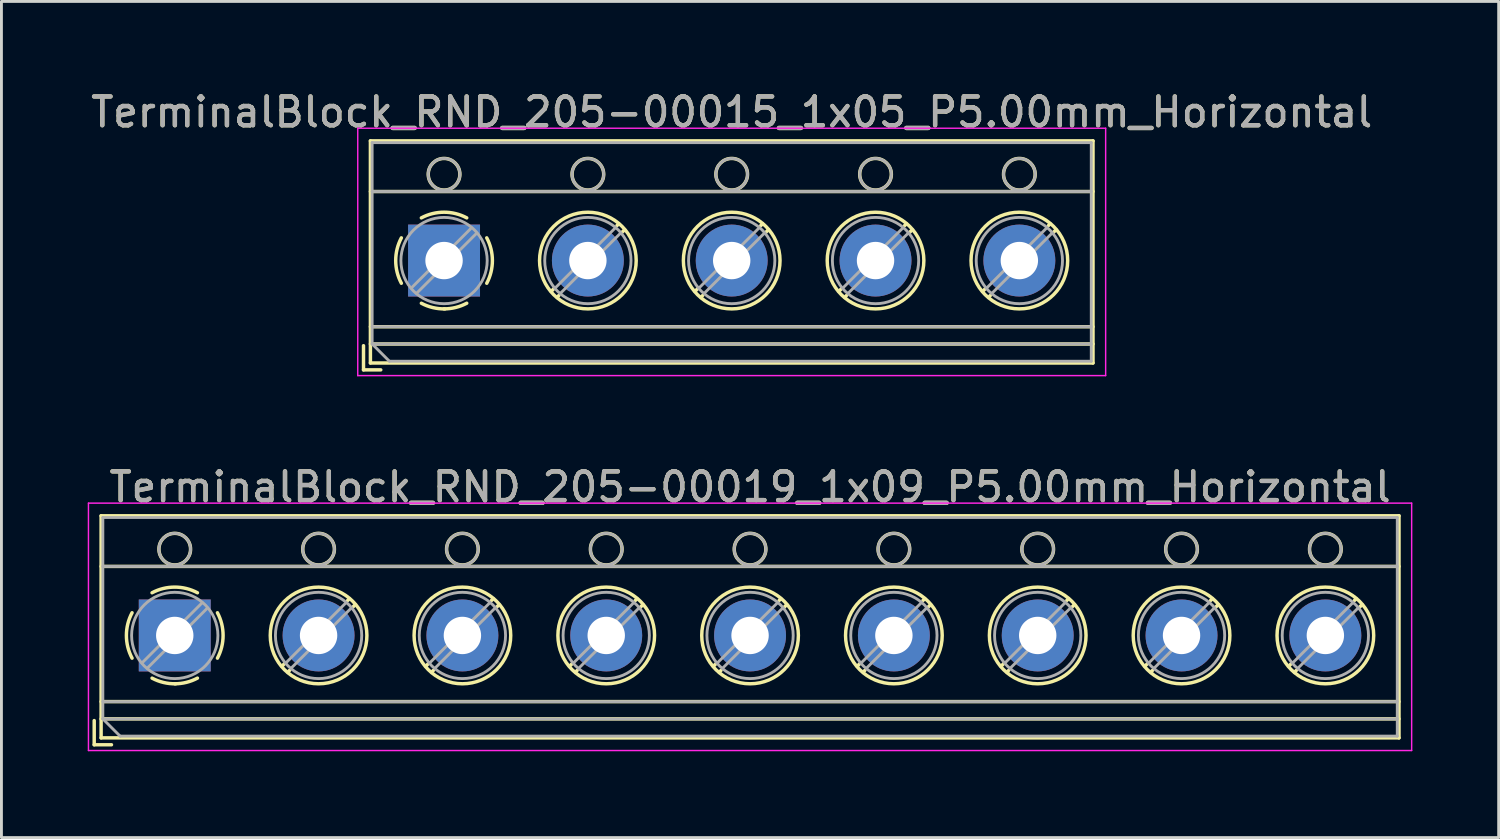
<source format=kicad_pcb>
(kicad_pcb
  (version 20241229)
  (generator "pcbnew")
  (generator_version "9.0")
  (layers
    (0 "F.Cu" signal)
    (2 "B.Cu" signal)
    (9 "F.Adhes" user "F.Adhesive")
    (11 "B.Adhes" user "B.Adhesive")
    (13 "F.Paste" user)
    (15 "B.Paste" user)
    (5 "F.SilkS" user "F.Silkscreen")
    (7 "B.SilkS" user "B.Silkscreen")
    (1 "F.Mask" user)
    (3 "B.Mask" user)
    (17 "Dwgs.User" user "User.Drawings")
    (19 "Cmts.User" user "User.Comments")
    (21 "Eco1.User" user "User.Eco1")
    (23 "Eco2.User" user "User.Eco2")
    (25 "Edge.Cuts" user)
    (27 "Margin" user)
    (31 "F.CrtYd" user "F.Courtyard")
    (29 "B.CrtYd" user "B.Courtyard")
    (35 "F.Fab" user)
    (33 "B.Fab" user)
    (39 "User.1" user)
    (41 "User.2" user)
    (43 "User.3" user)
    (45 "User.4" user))
  (footprint "TerminalBlock_RND_205-00019_1x09_P5.00mm_Horizontal"
    (layer "F.Cu")
    (at 3.025 19.041)
    (property "Reference" "TerminalBlock_RND_205-00019_1x09_P5.00mm_Horizontal" (at 20 -5.16 0) (layer "F.SilkS") (effects (font (size 1 1) (thickness 0.15))))
    (attr through_hole)
    (fp_line (start -2.8 2.96) (end -2.8 3.8) (stroke (width 0.12) (type solid)) (layer "F.SilkS"))
    (fp_line (start -2.8 3.8) (end -2.2 3.8) (stroke (width 0.12) (type solid)) (layer "F.SilkS"))
    (fp_line (start -2.56 -4.16) (end -2.56 3.561) (stroke (width 0.12) (type solid)) (layer "F.SilkS"))
    (fp_line (start -2.56 -4.16) (end 42.56 -4.16) (stroke (width 0.12) (type solid)) (layer "F.SilkS"))
    (fp_line (start -2.56 -2.4) (end 42.56 -2.4) (stroke (width 0.12) (type solid)) (layer "F.SilkS"))
    (fp_line (start -2.56 2.3) (end 42.56 2.3) (stroke (width 0.12) (type solid)) (layer "F.SilkS"))
    (fp_line (start -2.56 2.9) (end 42.56 2.9) (stroke (width 0.12) (type solid)) (layer "F.SilkS"))
    (fp_line (start -2.56 3.561) (end 42.56 3.561) (stroke (width 0.12) (type solid)) (layer "F.SilkS"))
    (fp_line (start 3.82 0.976) (end 3.726 1.069) (stroke (width 0.12) (type solid)) (layer "F.SilkS"))
    (fp_line (start 3.99 1.216) (end 3.931 1.274) (stroke (width 0.12) (type solid)) (layer "F.SilkS"))
    (fp_line (start 6.07 -1.275) (end 6.011 -1.216) (stroke (width 0.12) (type solid)) (layer "F.SilkS"))
    (fp_line (start 6.275 -1.069) (end 6.181 -0.976) (stroke (width 0.12) (type solid)) (layer "F.SilkS"))
    (fp_line (start 8.82 0.976) (end 8.726 1.069) (stroke (width 0.12) (type solid)) (layer "F.SilkS"))
    (fp_line (start 8.99 1.216) (end 8.931 1.274) (stroke (width 0.12) (type solid)) (layer "F.SilkS"))
    (fp_line (start 11.07 -1.275) (end 11.011 -1.216) (stroke (width 0.12) (type solid)) (layer "F.SilkS"))
    (fp_line (start 11.275 -1.069) (end 11.181 -0.976) (stroke (width 0.12) (type solid)) (layer "F.SilkS"))
    (fp_line (start 13.82 0.976) (end 13.726 1.069) (stroke (width 0.12) (type solid)) (layer "F.SilkS"))
    (fp_line (start 13.99 1.216) (end 13.931 1.274) (stroke (width 0.12) (type solid)) (layer "F.SilkS"))
    (fp_line (start 16.07 -1.275) (end 16.011 -1.216) (stroke (width 0.12) (type solid)) (layer "F.SilkS"))
    (fp_line (start 16.275 -1.069) (end 16.181 -0.976) (stroke (width 0.12) (type solid)) (layer "F.SilkS"))
    (fp_line (start 18.82 0.976) (end 18.726 1.069) (stroke (width 0.12) (type solid)) (layer "F.SilkS"))
    (fp_line (start 18.99 1.216) (end 18.931 1.274) (stroke (width 0.12) (type solid)) (layer "F.SilkS"))
    (fp_line (start 21.07 -1.275) (end 21.011 -1.216) (stroke (width 0.12) (type solid)) (layer "F.SilkS"))
    (fp_line (start 21.275 -1.069) (end 21.181 -0.976) (stroke (width 0.12) (type solid)) (layer "F.SilkS"))
    (fp_line (start 23.82 0.976) (end 23.726 1.069) (stroke (width 0.12) (type solid)) (layer "F.SilkS"))
    (fp_line (start 23.99 1.216) (end 23.931 1.274) (stroke (width 0.12) (type solid)) (layer "F.SilkS"))
    (fp_line (start 26.07 -1.275) (end 26.011 -1.216) (stroke (width 0.12) (type solid)) (layer "F.SilkS"))
    (fp_line (start 26.275 -1.069) (end 26.181 -0.976) (stroke (width 0.12) (type solid)) (layer "F.SilkS"))
    (fp_line (start 28.82 0.976) (end 28.726 1.069) (stroke (width 0.12) (type solid)) (layer "F.SilkS"))
    (fp_line (start 28.99 1.216) (end 28.931 1.274) (stroke (width 0.12) (type solid)) (layer "F.SilkS"))
    (fp_line (start 31.07 -1.275) (end 31.011 -1.216) (stroke (width 0.12) (type solid)) (layer "F.SilkS"))
    (fp_line (start 31.275 -1.069) (end 31.181 -0.976) (stroke (width 0.12) (type solid)) (layer "F.SilkS"))
    (fp_line (start 33.82 0.976) (end 33.726 1.069) (stroke (width 0.12) (type solid)) (layer "F.SilkS"))
    (fp_line (start 33.99 1.216) (end 33.931 1.274) (stroke (width 0.12) (type solid)) (layer "F.SilkS"))
    (fp_line (start 36.07 -1.275) (end 36.011 -1.216) (stroke (width 0.12) (type solid)) (layer "F.SilkS"))
    (fp_line (start 36.275 -1.069) (end 36.181 -0.976) (stroke (width 0.12) (type solid)) (layer "F.SilkS"))
    (fp_line (start 38.82 0.976) (end 38.726 1.069) (stroke (width 0.12) (type solid)) (layer "F.SilkS"))
    (fp_line (start 38.99 1.216) (end 38.931 1.274) (stroke (width 0.12) (type solid)) (layer "F.SilkS"))
    (fp_line (start 41.07 -1.275) (end 41.011 -1.216) (stroke (width 0.12) (type solid)) (layer "F.SilkS"))
    (fp_line (start 41.275 -1.069) (end 41.181 -0.976) (stroke (width 0.12) (type solid)) (layer "F.SilkS"))
    (fp_line (start 42.56 -4.16) (end 42.56 3.561) (stroke (width 0.12) (type solid)) (layer "F.SilkS"))
    (fp_arc (start -1.483953 0.789089) (mid -1.680708 0.00005) (end -1.484 -0.789) (stroke (width 0.12) (type solid)) (layer "F.SilkS"))
    (fp_arc (start -0.789089 -1.483953) (mid -0.00005 -1.680708) (end 0.789 -1.484) (stroke (width 0.12) (type solid)) (layer "F.SilkS"))
    (fp_arc (start 0.029383 1.68045) (mid -0.392304 1.634281) (end -0.789 1.484) (stroke (width 0.12) (type solid)) (layer "F.SilkS"))
    (fp_arc (start 0.788712 1.483352) (mid 0.406429 1.630097) (end 0 1.68) (stroke (width 0.12) (type solid)) (layer "F.SilkS"))
    (fp_arc (start 1.483953 -0.789089) (mid 1.680708 -0.00005) (end 1.484 0.789) (stroke (width 0.12) (type solid)) (layer "F.SilkS"))
    (fp_circle (center 0 -3) (end 0.55 -3) (stroke (width 0.12) (type solid)) (fill no) (layer "F.SilkS"))
    (fp_circle (center 5 -3) (end 5.55 -3) (stroke (width 0.12) (type solid)) (fill no) (layer "F.SilkS"))
    (fp_circle (center 5 0) (end 6.68 0) (stroke (width 0.12) (type solid)) (fill no) (layer "F.SilkS"))
    (fp_circle (center 10 -3) (end 10.55 -3) (stroke (width 0.12) (type solid)) (fill no) (layer "F.SilkS"))
    (fp_circle (center 10 0) (end 11.68 0) (stroke (width 0.12) (type solid)) (fill no) (layer "F.SilkS"))
    (fp_circle (center 15 -3) (end 15.55 -3) (stroke (width 0.12) (type solid)) (fill no) (layer "F.SilkS"))
    (fp_circle (center 15 0) (end 16.68 0) (stroke (width 0.12) (type solid)) (fill no) (layer "F.SilkS"))
    (fp_circle (center 20 -3) (end 20.55 -3) (stroke (width 0.12) (type solid)) (fill no) (layer "F.SilkS"))
    (fp_circle (center 20 0) (end 21.68 0) (stroke (width 0.12) (type solid)) (fill no) (layer "F.SilkS"))
    (fp_circle (center 25 -3) (end 25.55 -3) (stroke (width 0.12) (type solid)) (fill no) (layer "F.SilkS"))
    (fp_circle (center 25 0) (end 26.68 0) (stroke (width 0.12) (type solid)) (fill no) (layer "F.SilkS"))
    (fp_circle (center 30 -3) (end 30.55 -3) (stroke (width 0.12) (type solid)) (fill no) (layer "F.SilkS"))
    (fp_circle (center 30 0) (end 31.68 0) (stroke (width 0.12) (type solid)) (fill no) (layer "F.SilkS"))
    (fp_circle (center 35 -3) (end 35.55 -3) (stroke (width 0.12) (type solid)) (fill no) (layer "F.SilkS"))
    (fp_circle (center 35 0) (end 36.68 0) (stroke (width 0.12) (type solid)) (fill no) (layer "F.SilkS"))
    (fp_circle (center 40 -3) (end 40.55 -3) (stroke (width 0.12) (type solid)) (fill no) (layer "F.SilkS"))
    (fp_circle (center 40 0) (end 41.68 0) (stroke (width 0.12) (type solid)) (fill no) (layer "F.SilkS"))
    (fp_line (start -3 -4.6) (end -3 4) (stroke (width 0.05) (type solid)) (layer "F.CrtYd"))
    (fp_line (start -3 4) (end 43 4) (stroke (width 0.05) (type solid)) (layer "F.CrtYd"))
    (fp_line (start 43 -4.6) (end -3 -4.6) (stroke (width 0.05) (type solid)) (layer "F.CrtYd"))
    (fp_line (start 43 4) (end 43 -4.6) (stroke (width 0.05) (type solid)) (layer "F.CrtYd"))
    (fp_line (start -2.5 -4.1) (end 42.5 -4.1) (stroke (width 0.1) (type solid)) (layer "F.Fab"))
    (fp_line (start -2.5 -2.4) (end 42.5 -2.4) (stroke (width 0.1) (type solid)) (layer "F.Fab"))
    (fp_line (start -2.5 2.3) (end 42.5 2.3) (stroke (width 0.1) (type solid)) (layer "F.Fab"))
    (fp_line (start -2.5 2.9) (end -2.5 -4.1) (stroke (width 0.1) (type solid)) (layer "F.Fab"))
    (fp_line (start -2.5 2.9) (end 42.5 2.9) (stroke (width 0.1) (type solid)) (layer "F.Fab"))
    (fp_line (start -1.9 3.5) (end -2.5 2.9) (stroke (width 0.1) (type solid)) (layer "F.Fab"))
    (fp_line (start 0.955 -1.138) (end -1.138 0.955) (stroke (width 0.1) (type solid)) (layer "F.Fab"))
    (fp_line (start 1.138 -0.955) (end -0.955 1.138) (stroke (width 0.1) (type solid)) (layer "F.Fab"))
    (fp_line (start 5.955 -1.138) (end 3.863 0.955) (stroke (width 0.1) (type solid)) (layer "F.Fab"))
    (fp_line (start 6.138 -0.955) (end 4.046 1.138) (stroke (width 0.1) (type solid)) (layer "F.Fab"))
    (fp_line (start 10.955 -1.138) (end 8.863 0.955) (stroke (width 0.1) (type solid)) (layer "F.Fab"))
    (fp_line (start 11.138 -0.955) (end 9.046 1.138) (stroke (width 0.1) (type solid)) (layer "F.Fab"))
    (fp_line (start 15.955 -1.138) (end 13.863 0.955) (stroke (width 0.1) (type solid)) (layer "F.Fab"))
    (fp_line (start 16.138 -0.955) (end 14.046 1.138) (stroke (width 0.1) (type solid)) (layer "F.Fab"))
    (fp_line (start 20.955 -1.138) (end 18.863 0.955) (stroke (width 0.1) (type solid)) (layer "F.Fab"))
    (fp_line (start 21.138 -0.955) (end 19.046 1.138) (stroke (width 0.1) (type solid)) (layer "F.Fab"))
    (fp_line (start 25.955 -1.138) (end 23.863 0.955) (stroke (width 0.1) (type solid)) (layer "F.Fab"))
    (fp_line (start 26.138 -0.955) (end 24.046 1.138) (stroke (width 0.1) (type solid)) (layer "F.Fab"))
    (fp_line (start 30.955 -1.138) (end 28.863 0.955) (stroke (width 0.1) (type solid)) (layer "F.Fab"))
    (fp_line (start 31.138 -0.955) (end 29.046 1.138) (stroke (width 0.1) (type solid)) (layer "F.Fab"))
    (fp_line (start 35.955 -1.138) (end 33.863 0.955) (stroke (width 0.1) (type solid)) (layer "F.Fab"))
    (fp_line (start 36.138 -0.955) (end 34.046 1.138) (stroke (width 0.1) (type solid)) (layer "F.Fab"))
    (fp_line (start 40.955 -1.138) (end 38.863 0.955) (stroke (width 0.1) (type solid)) (layer "F.Fab"))
    (fp_line (start 41.138 -0.955) (end 39.046 1.138) (stroke (width 0.1) (type solid)) (layer "F.Fab"))
    (fp_line (start 42.5 -4.1) (end 42.5 3.5) (stroke (width 0.1) (type solid)) (layer "F.Fab"))
    (fp_line (start 42.5 3.5) (end -1.9 3.5) (stroke (width 0.1) (type solid)) (layer "F.Fab"))
    (fp_circle (center 0 -3) (end 0.55 -3) (stroke (width 0.1) (type solid)) (fill no) (layer "F.Fab"))
    (fp_circle (center 0 0) (end 1.5 0) (stroke (width 0.1) (type solid)) (fill no) (layer "F.Fab"))
    (fp_circle (center 5 -3) (end 5.55 -3) (stroke (width 0.1) (type solid)) (fill no) (layer "F.Fab"))
    (fp_circle (center 5 0) (end 6.5 0) (stroke (width 0.1) (type solid)) (fill no) (layer "F.Fab"))
    (fp_circle (center 10 -3) (end 10.55 -3) (stroke (width 0.1) (type solid)) (fill no) (layer "F.Fab"))
    (fp_circle (center 10 0) (end 11.5 0) (stroke (width 0.1) (type solid)) (fill no) (layer "F.Fab"))
    (fp_circle (center 15 -3) (end 15.55 -3) (stroke (width 0.1) (type solid)) (fill no) (layer "F.Fab"))
    (fp_circle (center 15 0) (end 16.5 0) (stroke (width 0.1) (type solid)) (fill no) (layer "F.Fab"))
    (fp_circle (center 20 -3) (end 20.55 -3) (stroke (width 0.1) (type solid)) (fill no) (layer "F.Fab"))
    (fp_circle (center 20 0) (end 21.5 0) (stroke (width 0.1) (type solid)) (fill no) (layer "F.Fab"))
    (fp_circle (center 25 -3) (end 25.55 -3) (stroke (width 0.1) (type solid)) (fill no) (layer "F.Fab"))
    (fp_circle (center 25 0) (end 26.5 0) (stroke (width 0.1) (type solid)) (fill no) (layer "F.Fab"))
    (fp_circle (center 30 -3) (end 30.55 -3) (stroke (width 0.1) (type solid)) (fill no) (layer "F.Fab"))
    (fp_circle (center 30 0) (end 31.5 0) (stroke (width 0.1) (type solid)) (fill no) (layer "F.Fab"))
    (fp_circle (center 35 -3) (end 35.55 -3) (stroke (width 0.1) (type solid)) (fill no) (layer "F.Fab"))
    (fp_circle (center 35 0) (end 36.5 0) (stroke (width 0.1) (type solid)) (fill no) (layer "F.Fab"))
    (fp_circle (center 40 -3) (end 40.55 -3) (stroke (width 0.1) (type solid)) (fill no) (layer "F.Fab"))
    (fp_circle (center 40 0) (end 41.5 0) (stroke (width 0.1) (type solid)) (fill no) (layer "F.Fab"))
    (fp_text user "${REFERENCE}" (at 20 -5.16 0) (layer "F.Fab") (effects (font (size 1 1) (thickness 0.15))))
    (pad "1" thru_hole rect (at 0 0) (size 2.5 2.5) (drill 1.3) (layers "*.Cu" "*.Mask"))
    (pad "2" thru_hole circle (at 5 0) (size 2.5 2.5) (drill 1.3) (layers "*.Cu" "*.Mask"))
    (pad "3" thru_hole circle (at 10 0) (size 2.5 2.5) (drill 1.3) (layers "*.Cu" "*.Mask"))
    (pad "4" thru_hole circle (at 15 0) (size 2.5 2.5) (drill 1.3) (layers "*.Cu" "*.Mask"))
    (pad "5" thru_hole circle (at 20 0) (size 2.5 2.5) (drill 1.3) (layers "*.Cu" "*.Mask"))
    (pad "6" thru_hole circle (at 25 0) (size 2.5 2.5) (drill 1.3) (layers "*.Cu" "*.Mask"))
    (pad "7" thru_hole circle (at 30 0) (size 2.5 2.5) (drill 1.3) (layers "*.Cu" "*.Mask"))
    (pad "8" thru_hole circle (at 35 0) (size 2.5 2.5) (drill 1.3) (layers "*.Cu" "*.Mask"))
    (pad "9" thru_hole circle (at 40 0) (size 2.5 2.5) (drill 1.3) (layers "*.Cu" "*.Mask")))
  (footprint "TerminalBlock_RND_205-00015_1x05_P5.00mm_Horizontal"
    (layer "F.Cu")
    (at 12.387 6.008)
    (property "Reference" "TerminalBlock_RND_205-00015_1x05_P5.00mm_Horizontal" (at 10 -5.16 0) (layer "F.SilkS") (effects (font (size 1 1) (thickness 0.15))))
    (attr through_hole)
    (fp_line (start -2.8 2.96) (end -2.8 3.8) (stroke (width 0.12) (type solid)) (layer "F.SilkS"))
    (fp_line (start -2.8 3.8) (end -2.2 3.8) (stroke (width 0.12) (type solid)) (layer "F.SilkS"))
    (fp_line (start -2.56 -4.16) (end -2.56 3.561) (stroke (width 0.12) (type solid)) (layer "F.SilkS"))
    (fp_line (start -2.56 -4.16) (end 22.56 -4.16) (stroke (width 0.12) (type solid)) (layer "F.SilkS"))
    (fp_line (start -2.56 -2.4) (end 22.56 -2.4) (stroke (width 0.12) (type solid)) (layer "F.SilkS"))
    (fp_line (start -2.56 2.3) (end 22.56 2.3) (stroke (width 0.12) (type solid)) (layer "F.SilkS"))
    (fp_line (start -2.56 2.9) (end 22.56 2.9) (stroke (width 0.12) (type solid)) (layer "F.SilkS"))
    (fp_line (start -2.56 3.561) (end 22.56 3.561) (stroke (width 0.12) (type solid)) (layer "F.SilkS"))
    (fp_line (start 3.82 0.976) (end 3.726 1.069) (stroke (width 0.12) (type solid)) (layer "F.SilkS"))
    (fp_line (start 3.99 1.216) (end 3.931 1.274) (stroke (width 0.12) (type solid)) (layer "F.SilkS"))
    (fp_line (start 6.07 -1.275) (end 6.011 -1.216) (stroke (width 0.12) (type solid)) (layer "F.SilkS"))
    (fp_line (start 6.275 -1.069) (end 6.181 -0.976) (stroke (width 0.12) (type solid)) (layer "F.SilkS"))
    (fp_line (start 8.82 0.976) (end 8.726 1.069) (stroke (width 0.12) (type solid)) (layer "F.SilkS"))
    (fp_line (start 8.99 1.216) (end 8.931 1.274) (stroke (width 0.12) (type solid)) (layer "F.SilkS"))
    (fp_line (start 11.07 -1.275) (end 11.011 -1.216) (stroke (width 0.12) (type solid)) (layer "F.SilkS"))
    (fp_line (start 11.275 -1.069) (end 11.181 -0.976) (stroke (width 0.12) (type solid)) (layer "F.SilkS"))
    (fp_line (start 13.82 0.976) (end 13.726 1.069) (stroke (width 0.12) (type solid)) (layer "F.SilkS"))
    (fp_line (start 13.99 1.216) (end 13.931 1.274) (stroke (width 0.12) (type solid)) (layer "F.SilkS"))
    (fp_line (start 16.07 -1.275) (end 16.011 -1.216) (stroke (width 0.12) (type solid)) (layer "F.SilkS"))
    (fp_line (start 16.275 -1.069) (end 16.181 -0.976) (stroke (width 0.12) (type solid)) (layer "F.SilkS"))
    (fp_line (start 18.82 0.976) (end 18.726 1.069) (stroke (width 0.12) (type solid)) (layer "F.SilkS"))
    (fp_line (start 18.99 1.216) (end 18.931 1.274) (stroke (width 0.12) (type solid)) (layer "F.SilkS"))
    (fp_line (start 21.07 -1.275) (end 21.011 -1.216) (stroke (width 0.12) (type solid)) (layer "F.SilkS"))
    (fp_line (start 21.275 -1.069) (end 21.181 -0.976) (stroke (width 0.12) (type solid)) (layer "F.SilkS"))
    (fp_line (start 22.56 -4.16) (end 22.56 3.561) (stroke (width 0.12) (type solid)) (layer "F.SilkS"))
    (fp_arc (start -1.483953 0.789089) (mid -1.680708 0.00005) (end -1.484 -0.789) (stroke (width 0.12) (type solid)) (layer "F.SilkS"))
    (fp_arc (start -0.789089 -1.483953) (mid -0.00005 -1.680708) (end 0.789 -1.484) (stroke (width 0.12) (type solid)) (layer "F.SilkS"))
    (fp_arc (start 0.029383 1.68045) (mid -0.392304 1.634281) (end -0.789 1.484) (stroke (width 0.12) (type solid)) (layer "F.SilkS"))
    (fp_arc (start 0.788712 1.483352) (mid 0.406429 1.630097) (end 0 1.68) (stroke (width 0.12) (type solid)) (layer "F.SilkS"))
    (fp_arc (start 1.483953 -0.789089) (mid 1.680708 -0.00005) (end 1.484 0.789) (stroke (width 0.12) (type solid)) (layer "F.SilkS"))
    (fp_circle (center 0 -3) (end 0.55 -3) (stroke (width 0.12) (type solid)) (fill no) (layer "F.SilkS"))
    (fp_circle (center 5 -3) (end 5.55 -3) (stroke (width 0.12) (type solid)) (fill no) (layer "F.SilkS"))
    (fp_circle (center 5 0) (end 6.68 0) (stroke (width 0.12) (type solid)) (fill no) (layer "F.SilkS"))
    (fp_circle (center 10 -3) (end 10.55 -3) (stroke (width 0.12) (type solid)) (fill no) (layer "F.SilkS"))
    (fp_circle (center 10 0) (end 11.68 0) (stroke (width 0.12) (type solid)) (fill no) (layer "F.SilkS"))
    (fp_circle (center 15 -3) (end 15.55 -3) (stroke (width 0.12) (type solid)) (fill no) (layer "F.SilkS"))
    (fp_circle (center 15 0) (end 16.68 0) (stroke (width 0.12) (type solid)) (fill no) (layer "F.SilkS"))
    (fp_circle (center 20 -3) (end 20.55 -3) (stroke (width 0.12) (type solid)) (fill no) (layer "F.SilkS"))
    (fp_circle (center 20 0) (end 21.68 0) (stroke (width 0.12) (type solid)) (fill no) (layer "F.SilkS"))
    (fp_line (start -3 -4.6) (end -3 4) (stroke (width 0.05) (type solid)) (layer "F.CrtYd"))
    (fp_line (start -3 4) (end 23 4) (stroke (width 0.05) (type solid)) (layer "F.CrtYd"))
    (fp_line (start 23 -4.6) (end -3 -4.6) (stroke (width 0.05) (type solid)) (layer "F.CrtYd"))
    (fp_line (start 23 4) (end 23 -4.6) (stroke (width 0.05) (type solid)) (layer "F.CrtYd"))
    (fp_line (start -2.5 -4.1) (end 22.5 -4.1) (stroke (width 0.1) (type solid)) (layer "F.Fab"))
    (fp_line (start -2.5 -2.4) (end 22.5 -2.4) (stroke (width 0.1) (type solid)) (layer "F.Fab"))
    (fp_line (start -2.5 2.3) (end 22.5 2.3) (stroke (width 0.1) (type solid)) (layer "F.Fab"))
    (fp_line (start -2.5 2.9) (end -2.5 -4.1) (stroke (width 0.1) (type solid)) (layer "F.Fab"))
    (fp_line (start -2.5 2.9) (end 22.5 2.9) (stroke (width 0.1) (type solid)) (layer "F.Fab"))
    (fp_line (start -1.9 3.5) (end -2.5 2.9) (stroke (width 0.1) (type solid)) (layer "F.Fab"))
    (fp_line (start 0.955 -1.138) (end -1.138 0.955) (stroke (width 0.1) (type solid)) (layer "F.Fab"))
    (fp_line (start 1.138 -0.955) (end -0.955 1.138) (stroke (width 0.1) (type solid)) (layer "F.Fab"))
    (fp_line (start 5.955 -1.138) (end 3.863 0.955) (stroke (width 0.1) (type solid)) (layer "F.Fab"))
    (fp_line (start 6.138 -0.955) (end 4.046 1.138) (stroke (width 0.1) (type solid)) (layer "F.Fab"))
    (fp_line (start 10.955 -1.138) (end 8.863 0.955) (stroke (width 0.1) (type solid)) (layer "F.Fab"))
    (fp_line (start 11.138 -0.955) (end 9.046 1.138) (stroke (width 0.1) (type solid)) (layer "F.Fab"))
    (fp_line (start 15.955 -1.138) (end 13.863 0.955) (stroke (width 0.1) (type solid)) (layer "F.Fab"))
    (fp_line (start 16.138 -0.955) (end 14.046 1.138) (stroke (width 0.1) (type solid)) (layer "F.Fab"))
    (fp_line (start 20.955 -1.138) (end 18.863 0.955) (stroke (width 0.1) (type solid)) (layer "F.Fab"))
    (fp_line (start 21.138 -0.955) (end 19.046 1.138) (stroke (width 0.1) (type solid)) (layer "F.Fab"))
    (fp_line (start 22.5 -4.1) (end 22.5 3.5) (stroke (width 0.1) (type solid)) (layer "F.Fab"))
    (fp_line (start 22.5 3.5) (end -1.9 3.5) (stroke (width 0.1) (type solid)) (layer "F.Fab"))
    (fp_circle (center 0 -3) (end 0.55 -3) (stroke (width 0.1) (type solid)) (fill no) (layer "F.Fab"))
    (fp_circle (center 0 0) (end 1.5 0) (stroke (width 0.1) (type solid)) (fill no) (layer "F.Fab"))
    (fp_circle (center 5 -3) (end 5.55 -3) (stroke (width 0.1) (type solid)) (fill no) (layer "F.Fab"))
    (fp_circle (center 5 0) (end 6.5 0) (stroke (width 0.1) (type solid)) (fill no) (layer "F.Fab"))
    (fp_circle (center 10 -3) (end 10.55 -3) (stroke (width 0.1) (type solid)) (fill no) (layer "F.Fab"))
    (fp_circle (center 10 0) (end 11.5 0) (stroke (width 0.1) (type solid)) (fill no) (layer "F.Fab"))
    (fp_circle (center 15 -3) (end 15.55 -3) (stroke (width 0.1) (type solid)) (fill no) (layer "F.Fab"))
    (fp_circle (center 15 0) (end 16.5 0) (stroke (width 0.1) (type solid)) (fill no) (layer "F.Fab"))
    (fp_circle (center 20 -3) (end 20.55 -3) (stroke (width 0.1) (type solid)) (fill no) (layer "F.Fab"))
    (fp_circle (center 20 0) (end 21.5 0) (stroke (width 0.1) (type solid)) (fill no) (layer "F.Fab"))
    (fp_text user "${REFERENCE}" (at 10 -5.16 0) (layer "F.Fab") (effects (font (size 1 1) (thickness 0.15))))
    (pad "1" thru_hole rect (at 0 0) (size 2.5 2.5) (drill 1.3) (layers "*.Cu" "*.Mask"))
    (pad "2" thru_hole circle (at 5 0) (size 2.5 2.5) (drill 1.3) (layers "*.Cu" "*.Mask"))
    (pad "3" thru_hole circle (at 10 0) (size 2.5 2.5) (drill 1.3) (layers "*.Cu" "*.Mask"))
    (pad "4" thru_hole circle (at 15 0) (size 2.5 2.5) (drill 1.3) (layers "*.Cu" "*.Mask"))
    (pad "5" thru_hole circle (at 20 0) (size 2.5 2.5) (drill 1.3) (layers "*.Cu" "*.Mask")))
  (gr_rect
    (start -3 -3)
    (end 49.05 26.067)
    (stroke (width 0.1) (type default))
    (fill no)
    (layer "Edge.Cuts")))
</source>
